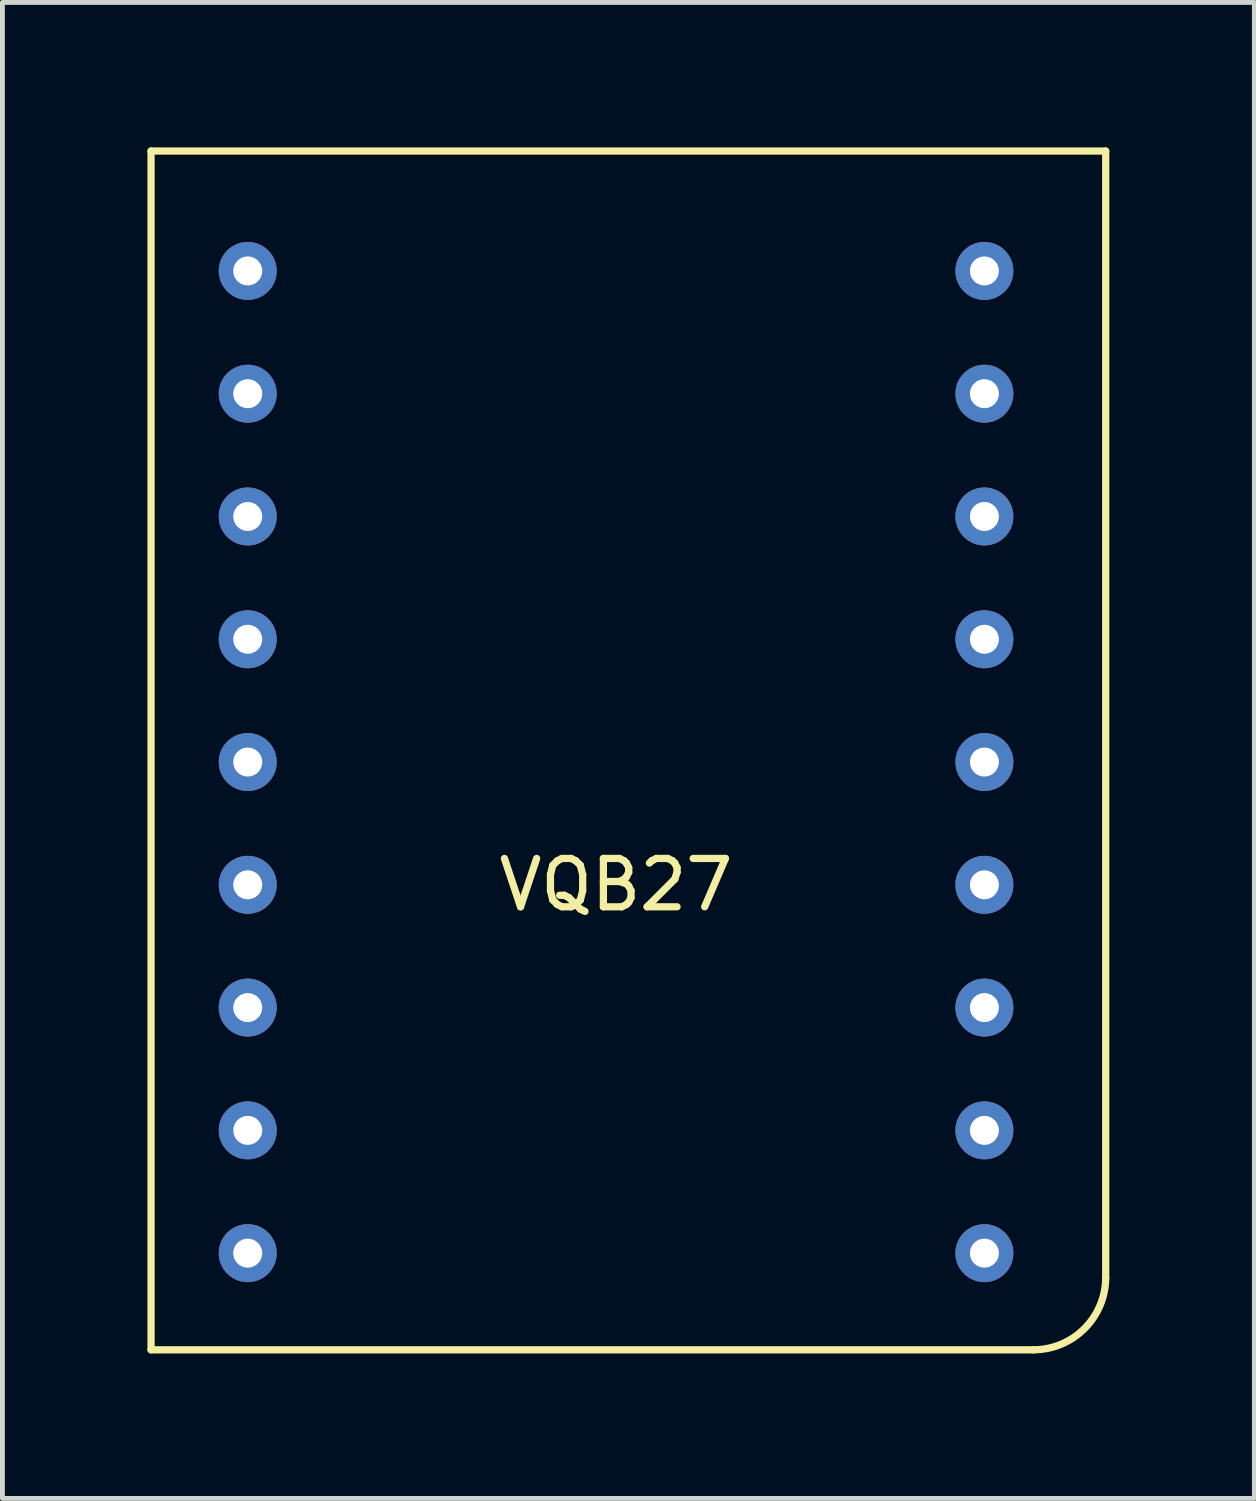
<source format=kicad_pcb>
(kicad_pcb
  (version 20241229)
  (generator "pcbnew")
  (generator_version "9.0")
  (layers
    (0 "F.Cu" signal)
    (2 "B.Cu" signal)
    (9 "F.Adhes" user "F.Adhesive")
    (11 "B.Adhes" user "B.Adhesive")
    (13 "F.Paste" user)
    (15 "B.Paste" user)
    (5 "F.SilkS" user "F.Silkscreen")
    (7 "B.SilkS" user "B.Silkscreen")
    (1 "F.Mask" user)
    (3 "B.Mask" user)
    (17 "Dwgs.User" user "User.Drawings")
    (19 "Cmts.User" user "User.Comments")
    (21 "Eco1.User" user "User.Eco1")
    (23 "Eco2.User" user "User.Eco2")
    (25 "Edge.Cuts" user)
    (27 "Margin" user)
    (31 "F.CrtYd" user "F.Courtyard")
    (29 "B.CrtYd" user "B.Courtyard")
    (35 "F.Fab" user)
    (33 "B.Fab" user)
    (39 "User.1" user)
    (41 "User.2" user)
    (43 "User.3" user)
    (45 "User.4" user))
  (footprint "VQB27"
    (layer "F.Cu")
    (at 2.075 22.875)
    (property "Reference" "VQB27" (at 7.62 -7.62 0) (layer "F.SilkS") (effects (font (size 1 1) (thickness 0.15))))
    (attr through_hole)
    (fp_line (start -2 -22.8) (end 17.75 -22.8) (stroke (width 0.15) (type solid)) (layer "F.SilkS"))
    (fp_line (start -2 2) (end -2 -22.8) (stroke (width 0.15) (type solid)) (layer "F.SilkS"))
    (fp_line (start -2 2) (end 16.25 2) (stroke (width 0.15) (type solid)) (layer "F.SilkS"))
    (fp_line (start 17.75 -22.8) (end 17.75 0.5) (stroke (width 0.15) (type solid)) (layer "F.SilkS"))
    (fp_arc (start 17.75 0.5) (mid 17.31066 1.56066) (end 16.25 2) (stroke (width 0.15) (type solid)) (layer "F.SilkS"))
    (pad "1" thru_hole circle (at 0 -20.32) (size 1.2 1.2) (drill 0.6) (layers "*.Cu" "*.Mask"))
    (pad "2" thru_hole circle (at 0 -17.78) (size 1.2 1.2) (drill 0.6) (layers "*.Cu" "*.Mask"))
    (pad "3" thru_hole circle (at 0 -15.24) (size 1.2 1.2) (drill 0.6) (layers "*.Cu" "*.Mask"))
    (pad "4" thru_hole circle (at 0 -12.7) (size 1.2 1.2) (drill 0.6) (layers "*.Cu" "*.Mask"))
    (pad "5" thru_hole circle (at 0 -10.16) (size 1.2 1.2) (drill 0.6) (layers "*.Cu" "*.Mask"))
    (pad "6" thru_hole circle (at 0 -7.62) (size 1.2 1.2) (drill 0.6) (layers "*.Cu" "*.Mask"))
    (pad "7" thru_hole circle (at 0 -5.08) (size 1.2 1.2) (drill 0.6) (layers "*.Cu" "*.Mask"))
    (pad "8" thru_hole circle (at 0 -2.54) (size 1.2 1.2) (drill 0.6) (layers "*.Cu" "*.Mask"))
    (pad "9" thru_hole circle (at 0 0) (size 1.2 1.2) (drill 0.6) (layers "*.Cu" "*.Mask"))
    (pad "10" thru_hole circle (at 15.24 0) (size 1.2 1.2) (drill 0.6) (layers "*.Cu" "*.Mask"))
    (pad "11" thru_hole circle (at 15.24 -2.54) (size 1.2 1.2) (drill 0.6) (layers "*.Cu" "*.Mask"))
    (pad "12" thru_hole circle (at 15.24 -5.08) (size 1.2 1.2) (drill 0.6) (layers "*.Cu" "*.Mask"))
    (pad "13" thru_hole circle (at 15.24 -7.62) (size 1.2 1.2) (drill 0.6) (layers "*.Cu" "*.Mask"))
    (pad "14" thru_hole circle (at 15.24 -10.16) (size 1.2 1.2) (drill 0.6) (layers "*.Cu" "*.Mask"))
    (pad "15" thru_hole circle (at 15.24 -12.7) (size 1.2 1.2) (drill 0.6) (layers "*.Cu" "*.Mask"))
    (pad "16" thru_hole circle (at 15.24 -15.24) (size 1.2 1.2) (drill 0.6) (layers "*.Cu" "*.Mask"))
    (pad "17" thru_hole circle (at 15.24 -17.78) (size 1.2 1.2) (drill 0.6) (layers "*.Cu" "*.Mask"))
    (pad "18" thru_hole circle (at 15.24 -20.32) (size 1.2 1.2) (drill 0.6) (layers "*.Cu" "*.Mask")))
  (gr_rect
    (start -3 -3)
    (end 22.9 27.95)
    (stroke (width 0.1) (type default))
    (fill no)
    (layer "Edge.Cuts")))
</source>
